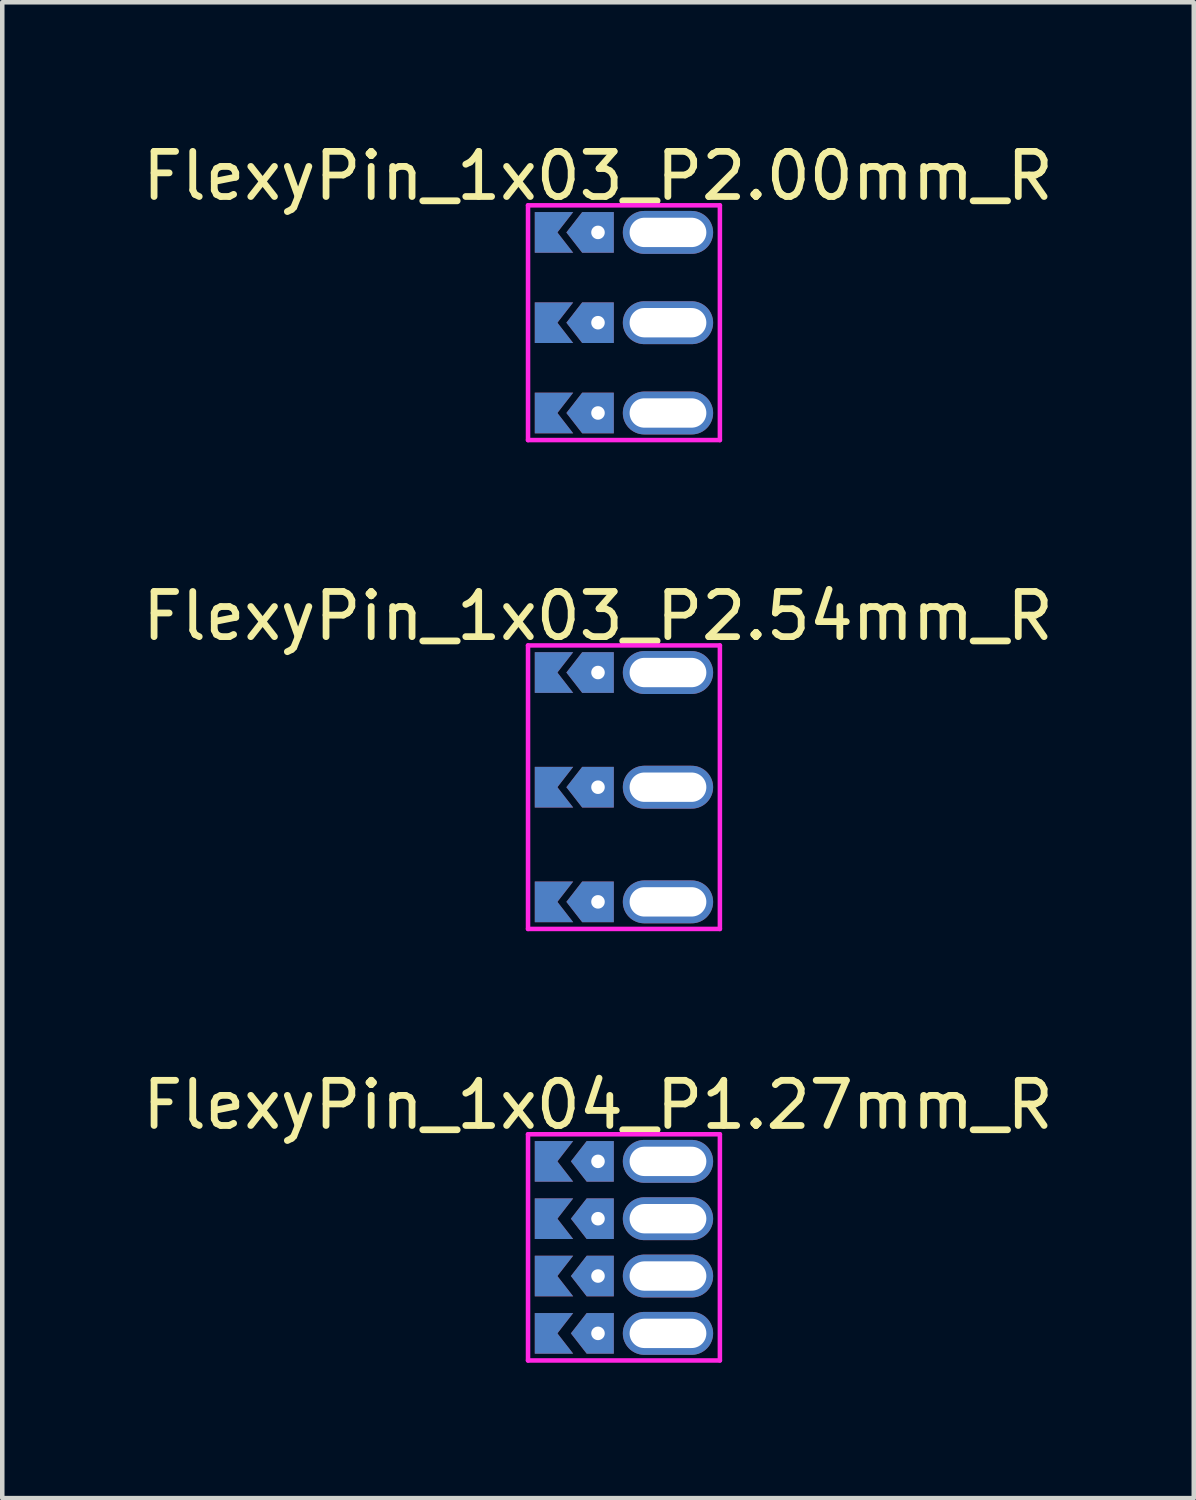
<source format=kicad_pcb>
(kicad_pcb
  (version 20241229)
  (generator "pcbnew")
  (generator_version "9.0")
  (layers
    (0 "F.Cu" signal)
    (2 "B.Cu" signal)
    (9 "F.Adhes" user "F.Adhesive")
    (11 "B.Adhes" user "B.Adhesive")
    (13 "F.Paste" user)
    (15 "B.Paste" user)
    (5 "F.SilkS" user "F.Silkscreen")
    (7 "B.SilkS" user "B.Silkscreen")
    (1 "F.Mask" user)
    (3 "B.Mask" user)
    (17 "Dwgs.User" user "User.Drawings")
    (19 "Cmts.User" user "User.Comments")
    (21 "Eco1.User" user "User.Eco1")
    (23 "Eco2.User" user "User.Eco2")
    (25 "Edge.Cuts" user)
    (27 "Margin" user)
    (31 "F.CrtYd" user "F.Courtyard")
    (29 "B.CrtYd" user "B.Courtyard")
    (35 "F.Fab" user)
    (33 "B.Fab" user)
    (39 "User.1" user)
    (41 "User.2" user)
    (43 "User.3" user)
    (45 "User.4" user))
  (footprint "FlexyPin_1x03_P2.00mm_R"
    (layer "F.Cu")
    (at 10.196 2.098)
    (property "Reference" "FlexyPin_1x03_P2.00mm_R" (at 0 -1.25 0) (layer "F.SilkS") (effects (font (size 1 1) (thickness 0.15))))
    (attr through_hole)
    (fp_line (start -1.55 -0.6) (end 2.7 -0.6) (stroke (width 0.1) (type solid)) (layer "F.CrtYd"))
    (fp_line (start -1.55 4.6) (end -1.55 -0.6) (stroke (width 0.1) (type solid)) (layer "F.CrtYd"))
    (fp_line (start 2.7 -0.6) (end 2.7 4.6) (stroke (width 0.1) (type solid)) (layer "F.CrtYd"))
    (fp_line (start 2.7 4.6) (end -1.55 4.6) (stroke (width 0.1) (type solid)) (layer "F.CrtYd"))
    (pad "" thru_hole custom (at 0 0) (size 0.3 0.3) (drill 0.6) (layers "*.Cu" "*.Mask") (options (anchor rect)) (primitives (gr_poly (pts (xy 0.35 0.45) (xy 0.35 -0.45) (xy -0.35 -0.45) (xy -0.7 0) (xy -0.35 0.45)) (width 0) (fill yes))))
    (pad "" thru_hole custom (at 0 2) (size 0.3 0.3) (drill 0.6) (layers "*.Cu" "*.Mask") (options (anchor rect)) (primitives (gr_poly (pts (xy 0.35 0.45) (xy 0.35 -0.45) (xy -0.35 -0.45) (xy -0.7 0) (xy -0.35 0.45)) (width 0) (fill yes))))
    (pad "" thru_hole custom (at 0 4) (size 0.3 0.3) (drill 0.6) (layers "*.Cu" "*.Mask") (options (anchor rect)) (primitives (gr_poly (pts (xy 0.35 0.45) (xy 0.35 -0.45) (xy -0.35 -0.45) (xy -0.7 0) (xy -0.35 0.45)) (width 0) (fill yes))))
    (pad "" thru_hole oval (at 1.55 0) (size 2 0.95) (drill oval 1.7 0.65) (layers "*.Cu" "*.Mask"))
    (pad "" thru_hole oval (at 1.55 2) (size 2 0.95) (drill oval 1.7 0.65) (layers "*.Cu" "*.Mask"))
    (pad "" thru_hole oval (at 1.55 4) (size 2 0.95) (drill oval 1.7 0.65) (layers "*.Cu" "*.Mask"))
    (pad "1" smd custom (at -0.9 0) (size 0.01 0.01) (layers "F.Cu" "F.Mask") (options (anchor rect)) (primitives (gr_poly (pts (xy 0 0) (xy 0.35 0.45) (xy -0.5 0.45) (xy -0.5 -0.45) (xy 0.35 -0.45)) (width 0) (fill yes))))
    (pad "2" smd custom (at -0.9 2) (size 0.01 0.01) (layers "F.Cu" "F.Mask") (options (anchor rect)) (primitives (gr_poly (pts (xy 0 0) (xy 0.35 0.45) (xy -0.5 0.45) (xy -0.5 -0.45) (xy 0.35 -0.45)) (width 0) (fill yes))))
    (pad "3" smd custom (at -0.9 4) (size 0.01 0.01) (layers "F.Cu" "F.Mask") (options (anchor rect)) (primitives (gr_poly (pts (xy 0 0) (xy 0.35 0.45) (xy -0.5 0.45) (xy -0.5 -0.45) (xy 0.35 -0.45)) (width 0) (fill yes))))
    (pad "4" smd custom (at -0.9 0) (size 0.01 0.01) (layers "B.Cu" "B.Mask") (options (anchor rect)) (primitives (gr_poly (pts (xy 0 0) (xy 0.35 0.45) (xy -0.5 0.45) (xy -0.5 -0.45) (xy 0.35 -0.45)) (width 0) (fill yes))))
    (pad "5" smd custom (at -0.9 2) (size 0.01 0.01) (layers "B.Cu" "B.Mask") (options (anchor rect)) (primitives (gr_poly (pts (xy 0 0) (xy 0.35 0.45) (xy -0.5 0.45) (xy -0.5 -0.45) (xy 0.35 -0.45)) (width 0) (fill yes))))
    (pad "6" smd custom (at -0.9 4) (size 0.01 0.01) (layers "B.Cu" "B.Mask") (options (anchor rect)) (primitives (gr_poly (pts (xy 0 0) (xy 0.35 0.45) (xy -0.5 0.45) (xy -0.5 -0.45) (xy 0.35 -0.45)) (width 0) (fill yes)))))
  (footprint "FlexyPin_1x04_P1.27mm_R"
    (layer "F.Cu")
    (at 10.196 22.675)
    (property "Reference" "FlexyPin_1x04_P1.27mm_R" (at 0 -1.25 0) (layer "F.SilkS") (effects (font (size 1 1) (thickness 0.15))))
    (attr through_hole)
    (fp_line (start -1.55 -0.6) (end 2.7 -0.6) (stroke (width 0.1) (type solid)) (layer "F.CrtYd"))
    (fp_line (start -1.55 4.41) (end -1.55 -0.6) (stroke (width 0.1) (type solid)) (layer "F.CrtYd"))
    (fp_line (start 2.7 -0.6) (end 2.7 4.41) (stroke (width 0.1) (type solid)) (layer "F.CrtYd"))
    (fp_line (start 2.7 4.41) (end -1.55 4.41) (stroke (width 0.1) (type solid)) (layer "F.CrtYd"))
    (pad "" thru_hole custom (at 0 0) (size 0.3 0.3) (drill 0.6) (layers "*.Cu" "*.Mask") (options (anchor rect)) (primitives (gr_poly (pts (xy 0.35 0.45) (xy 0.35 -0.45) (xy -0.25 -0.45) (xy -0.6 0) (xy -0.25 0.45)) (width 0) (fill yes))))
    (pad "" thru_hole custom (at 0 1.27) (size 0.3 0.3) (drill 0.6) (layers "*.Cu" "*.Mask") (options (anchor rect)) (primitives (gr_poly (pts (xy 0.35 0.45) (xy 0.35 -0.45) (xy -0.25 -0.45) (xy -0.6 0) (xy -0.25 0.45)) (width 0) (fill yes))))
    (pad "" thru_hole custom (at 0 2.54) (size 0.3 0.3) (drill 0.6) (layers "*.Cu" "*.Mask") (options (anchor rect)) (primitives (gr_poly (pts (xy 0.35 0.45) (xy 0.35 -0.45) (xy -0.25 -0.45) (xy -0.6 0) (xy -0.25 0.45)) (width 0) (fill yes))))
    (pad "" thru_hole custom (at 0 3.81) (size 0.3 0.3) (drill 0.6) (layers "*.Cu" "*.Mask") (options (anchor rect)) (primitives (gr_poly (pts (xy 0.35 0.45) (xy 0.35 -0.45) (xy -0.25 -0.45) (xy -0.6 0) (xy -0.25 0.45)) (width 0) (fill yes))))
    (pad "" thru_hole oval (at 1.55 0) (size 2 0.95) (drill oval 1.7 0.65) (layers "*.Cu" "*.Mask"))
    (pad "" thru_hole oval (at 1.55 1.27) (size 2 0.95) (drill oval 1.7 0.65) (layers "*.Cu" "*.Mask"))
    (pad "" thru_hole oval (at 1.55 2.54) (size 2 0.95) (drill oval 1.7 0.65) (layers "*.Cu" "*.Mask"))
    (pad "" thru_hole oval (at 1.55 3.81) (size 2 0.95) (drill oval 1.7 0.65) (layers "*.Cu" "*.Mask"))
    (pad "1" smd custom (at -0.9 0) (size 0.01 0.01) (layers "F.Cu" "F.Mask") (options (anchor rect)) (primitives (gr_poly (pts (xy 0 0) (xy 0.35 0.45) (xy -0.5 0.45) (xy -0.5 -0.45) (xy 0.35 -0.45)) (width 0) (fill yes))))
    (pad "2" smd custom (at -0.9 1.27) (size 0.01 0.01) (layers "F.Cu" "F.Mask") (options (anchor rect)) (primitives (gr_poly (pts (xy 0 0) (xy 0.35 0.45) (xy -0.5 0.45) (xy -0.5 -0.45) (xy 0.35 -0.45)) (width 0) (fill yes))))
    (pad "3" smd custom (at -0.9 2.54) (size 0.01 0.01) (layers "F.Cu" "F.Mask") (options (anchor rect)) (primitives (gr_poly (pts (xy 0 0) (xy 0.35 0.45) (xy -0.5 0.45) (xy -0.5 -0.45) (xy 0.35 -0.45)) (width 0) (fill yes))))
    (pad "4" smd custom (at -0.9 3.81) (size 0.01 0.01) (layers "F.Cu" "F.Mask") (options (anchor rect)) (primitives (gr_poly (pts (xy 0 0) (xy 0.35 0.45) (xy -0.5 0.45) (xy -0.5 -0.45) (xy 0.35 -0.45)) (width 0) (fill yes))))
    (pad "5" smd custom (at -0.9 0) (size 0.01 0.01) (layers "B.Cu" "B.Mask") (options (anchor rect)) (primitives (gr_poly (pts (xy 0 0) (xy 0.35 0.45) (xy -0.5 0.45) (xy -0.5 -0.45) (xy 0.35 -0.45)) (width 0) (fill yes))))
    (pad "6" smd custom (at -0.9 1.27) (size 0.01 0.01) (layers "B.Cu" "B.Mask") (options (anchor rect)) (primitives (gr_poly (pts (xy 0 0) (xy 0.35 0.45) (xy -0.5 0.45) (xy -0.5 -0.45) (xy 0.35 -0.45)) (width 0) (fill yes))))
    (pad "7" smd custom (at -0.9 2.54) (size 0.01 0.01) (layers "B.Cu" "B.Mask") (options (anchor rect)) (primitives (gr_poly (pts (xy 0 0) (xy 0.35 0.45) (xy -0.5 0.45) (xy -0.5 -0.45) (xy 0.35 -0.45)) (width 0) (fill yes))))
    (pad "8" smd custom (at -0.9 3.81) (size 0.01 0.01) (layers "B.Cu" "B.Mask") (options (anchor rect)) (primitives (gr_poly (pts (xy 0 0) (xy 0.35 0.45) (xy -0.5 0.45) (xy -0.5 -0.45) (xy 0.35 -0.45)) (width 0) (fill yes)))))
  (footprint "FlexyPin_1x03_P2.54mm_R"
    (layer "F.Cu")
    (at 10.196 11.847)
    (property "Reference" "FlexyPin_1x03_P2.54mm_R" (at 0 -1.25 0) (layer "F.SilkS") (effects (font (size 1 1) (thickness 0.15))))
    (attr through_hole)
    (fp_line (start -1.55 -0.6) (end 2.7 -0.6) (stroke (width 0.1) (type solid)) (layer "F.CrtYd"))
    (fp_line (start -1.55 5.68) (end -1.55 -0.6) (stroke (width 0.1) (type solid)) (layer "F.CrtYd"))
    (fp_line (start 2.7 -0.6) (end 2.7 5.68) (stroke (width 0.1) (type solid)) (layer "F.CrtYd"))
    (fp_line (start 2.7 5.68) (end -1.55 5.68) (stroke (width 0.1) (type solid)) (layer "F.CrtYd"))
    (pad "" thru_hole custom (at 0 0) (size 0.3 0.3) (drill 0.6) (layers "*.Cu" "*.Mask") (options (anchor rect)) (primitives (gr_poly (pts (xy 0.35 0.45) (xy 0.35 -0.45) (xy -0.35 -0.45) (xy -0.7 0) (xy -0.35 0.45)) (width 0) (fill yes))))
    (pad "" thru_hole custom (at 0 2.54) (size 0.3 0.3) (drill 0.6) (layers "*.Cu" "*.Mask") (options (anchor rect)) (primitives (gr_poly (pts (xy 0.35 0.45) (xy 0.35 -0.45) (xy -0.35 -0.45) (xy -0.7 0) (xy -0.35 0.45)) (width 0) (fill yes))))
    (pad "" thru_hole custom (at 0 5.08) (size 0.3 0.3) (drill 0.6) (layers "*.Cu" "*.Mask") (options (anchor rect)) (primitives (gr_poly (pts (xy 0.35 0.45) (xy 0.35 -0.45) (xy -0.35 -0.45) (xy -0.7 0) (xy -0.35 0.45)) (width 0) (fill yes))))
    (pad "" thru_hole oval (at 1.55 0) (size 2 0.95) (drill oval 1.7 0.65) (layers "*.Cu" "*.Mask"))
    (pad "" thru_hole oval (at 1.55 2.54) (size 2 0.95) (drill oval 1.7 0.65) (layers "*.Cu" "*.Mask"))
    (pad "" thru_hole oval (at 1.55 5.08) (size 2 0.95) (drill oval 1.7 0.65) (layers "*.Cu" "*.Mask"))
    (pad "1" smd custom (at -0.9 0) (size 0.01 0.01) (layers "F.Cu" "F.Mask") (options (anchor rect)) (primitives (gr_poly (pts (xy 0 0) (xy 0.35 0.45) (xy -0.5 0.45) (xy -0.5 -0.45) (xy 0.35 -0.45)) (width 0) (fill yes))))
    (pad "2" smd custom (at -0.9 2.54) (size 0.01 0.01) (layers "F.Cu" "F.Mask") (options (anchor rect)) (primitives (gr_poly (pts (xy 0 0) (xy 0.35 0.45) (xy -0.5 0.45) (xy -0.5 -0.45) (xy 0.35 -0.45)) (width 0) (fill yes))))
    (pad "3" smd custom (at -0.9 5.08) (size 0.01 0.01) (layers "F.Cu" "F.Mask") (options (anchor rect)) (primitives (gr_poly (pts (xy 0 0) (xy 0.35 0.45) (xy -0.5 0.45) (xy -0.5 -0.45) (xy 0.35 -0.45)) (width 0) (fill yes))))
    (pad "4" smd custom (at -0.9 0) (size 0.01 0.01) (layers "B.Cu" "B.Mask") (options (anchor rect)) (primitives (gr_poly (pts (xy 0 0) (xy 0.35 0.45) (xy -0.5 0.45) (xy -0.5 -0.45) (xy 0.35 -0.45)) (width 0) (fill yes))))
    (pad "5" smd custom (at -0.9 2.54) (size 0.01 0.01) (layers "B.Cu" "B.Mask") (options (anchor rect)) (primitives (gr_poly (pts (xy 0 0) (xy 0.35 0.45) (xy -0.5 0.45) (xy -0.5 -0.45) (xy 0.35 -0.45)) (width 0) (fill yes))))
    (pad "6" smd custom (at -0.9 5.08) (size 0.01 0.01) (layers "B.Cu" "B.Mask") (options (anchor rect)) (primitives (gr_poly (pts (xy 0 0) (xy 0.35 0.45) (xy -0.5 0.45) (xy -0.5 -0.45) (xy 0.35 -0.45)) (width 0) (fill yes)))))
  (gr_rect
    (start -3 -3)
    (end 23.393 30.135)
    (stroke (width 0.1) (type default))
    (fill no)
    (layer "Edge.Cuts")))
</source>
